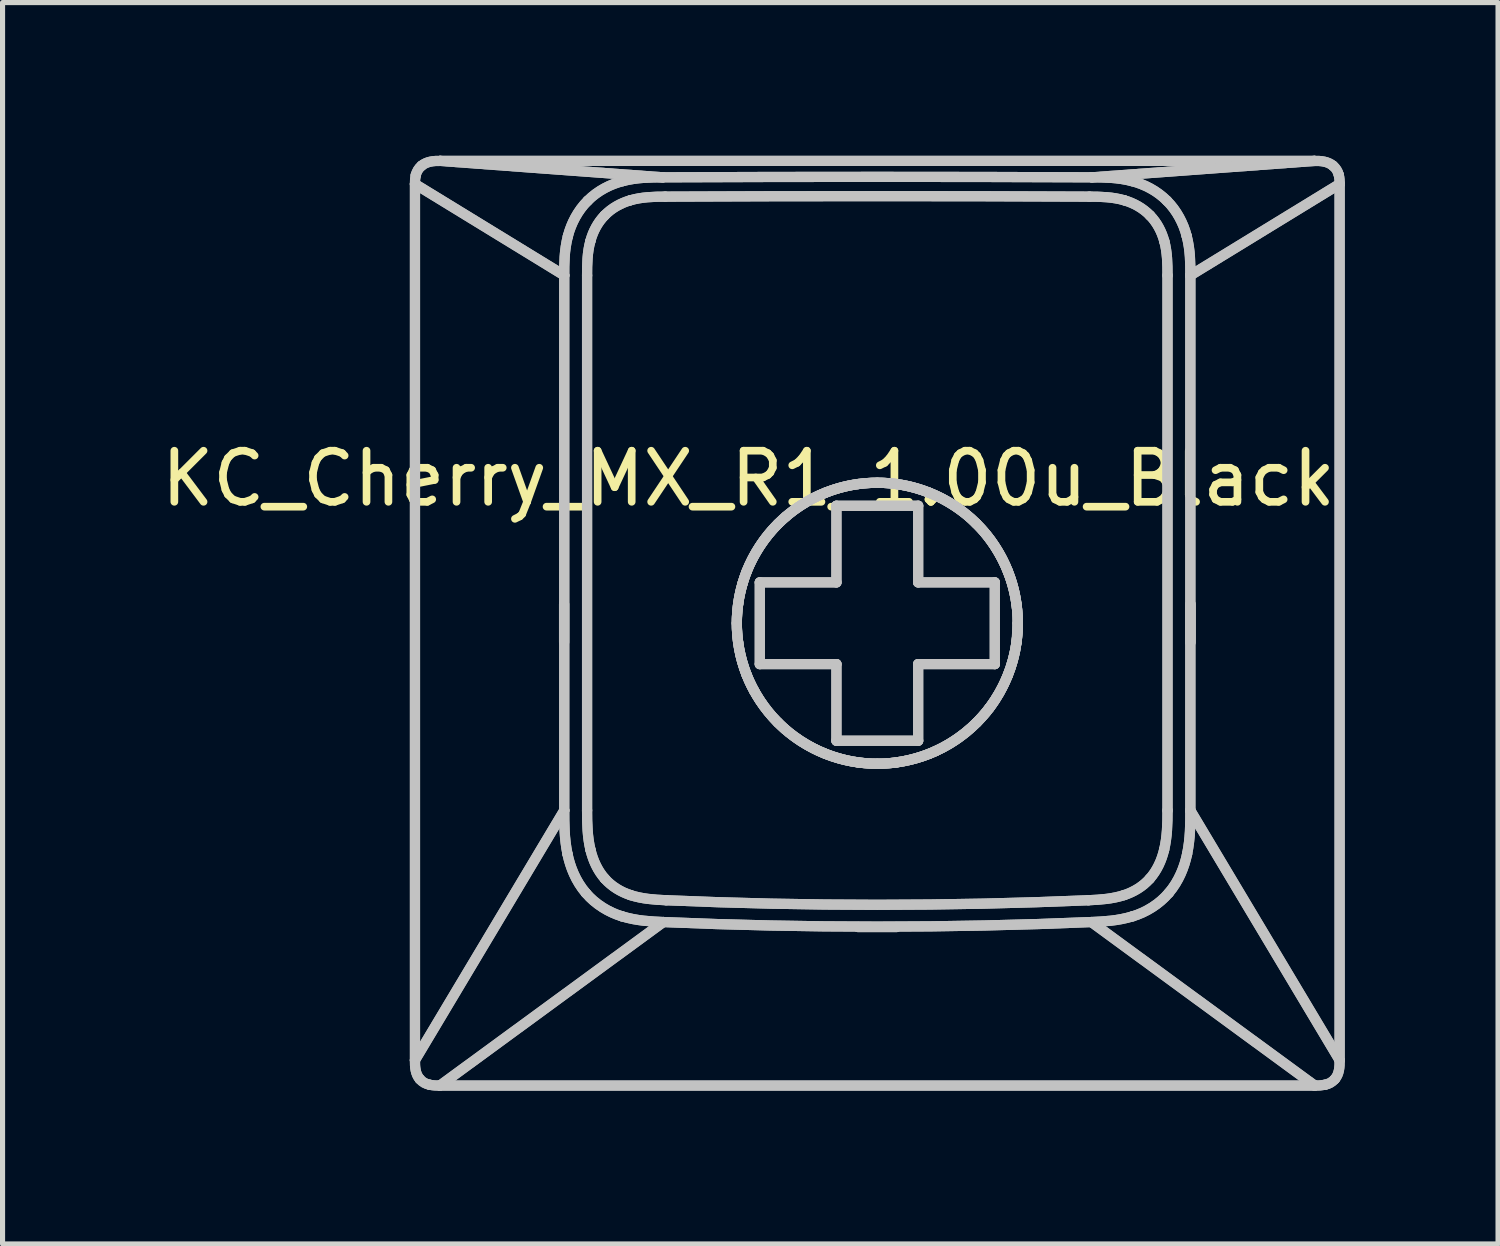
<source format=kicad_pcb>
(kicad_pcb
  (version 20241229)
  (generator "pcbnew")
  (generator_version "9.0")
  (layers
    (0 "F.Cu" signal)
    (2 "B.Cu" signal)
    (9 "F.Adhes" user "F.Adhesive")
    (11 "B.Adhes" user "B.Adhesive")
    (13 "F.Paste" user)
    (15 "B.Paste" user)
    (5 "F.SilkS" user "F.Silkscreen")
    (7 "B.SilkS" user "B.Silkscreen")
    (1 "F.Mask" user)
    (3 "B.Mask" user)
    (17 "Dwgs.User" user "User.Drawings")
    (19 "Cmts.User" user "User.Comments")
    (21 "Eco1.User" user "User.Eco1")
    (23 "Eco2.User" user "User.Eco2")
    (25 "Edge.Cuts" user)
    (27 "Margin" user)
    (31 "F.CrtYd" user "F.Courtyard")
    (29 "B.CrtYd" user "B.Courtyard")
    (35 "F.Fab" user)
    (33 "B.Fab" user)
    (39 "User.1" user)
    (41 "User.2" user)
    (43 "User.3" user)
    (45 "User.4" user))
  (footprint "KC_Cherry_MX_R1_1.00u_Black"
    (layer "F.Cu")
    (at 14.141 9.112)
    (property "Reference" "KC_Cherry_MX_R1_1.00u_Black" (at -2.54 -2.794 0) (layer "F.SilkS") (effects (font (size 1 1) (thickness 0.15))))
    (attr allow_missing_courtyard)
    (fp_line (start -9.068 -8.56) (end -6.146 -6.771) (stroke (width 0.2) (type default)) (layer "Dwgs.User"))
    (fp_line (start -9.068 -8.56) (end -6.146 -6.771) (stroke (width 0.2) (type default)) (layer "Dwgs.User"))
    (fp_line (start -9.068 8.591) (end -9.068 -8.56) (stroke (width 0.2) (type default)) (layer "Dwgs.User"))
    (fp_line (start -9.068 8.591) (end -9.068 -8.56) (stroke (width 0.2) (type default)) (layer "Dwgs.User"))
    (fp_line (start -9.068 8.591) (end -6.146 3.702) (stroke (width 0.2) (type default)) (layer "Dwgs.User"))
    (fp_line (start -9.068 8.591) (end -6.146 3.702) (stroke (width 0.2) (type default)) (layer "Dwgs.User"))
    (fp_line (start -8.58 9.088) (end -4.207 5.887) (stroke (width 0.2) (type default)) (layer "Dwgs.User"))
    (fp_line (start -8.58 9.088) (end -4.207 5.887) (stroke (width 0.2) (type default)) (layer "Dwgs.User"))
    (fp_line (start -8.575 -9.012) (end -4.216 -8.691) (stroke (width 0.2) (type default)) (layer "Dwgs.User"))
    (fp_line (start -8.575 -9.012) (end -4.216 -8.691) (stroke (width 0.2) (type default)) (layer "Dwgs.User"))
    (fp_line (start -8.575 -9.012) (end 8.539 -9.012) (stroke (width 0.2) (type default)) (layer "Dwgs.User"))
    (fp_line (start -8.575 -9.012) (end 8.539 -9.012) (stroke (width 0.2) (type default)) (layer "Dwgs.User"))
    (fp_line (start -6.149 0.412) (end -6.149 -0.338) (stroke (width 0.2) (type default)) (layer "Dwgs.User"))
    (fp_line (start -6.149 0.412) (end -6.149 -0.338) (stroke (width 0.2) (type default)) (layer "Dwgs.User"))
    (fp_line (start -6.146 -6.771) (end -6.146 3.702) (stroke (width 0.2) (type default)) (layer "Dwgs.User"))
    (fp_line (start -6.146 -6.771) (end -6.146 3.702) (stroke (width 0.2) (type default)) (layer "Dwgs.User"))
    (fp_line (start -5.699 -6.771) (end -5.699 3.702) (stroke (width 0.2) (type default)) (layer "Dwgs.User"))
    (fp_line (start -5.699 -6.771) (end -5.699 3.702) (stroke (width 0.2) (type default)) (layer "Dwgs.User"))
    (fp_line (start -2.318 -0.762) (end -0.818 -0.762) (stroke (width 0.2) (type default)) (layer "Dwgs.User"))
    (fp_line (start -2.318 -0.762) (end -0.818 -0.762) (stroke (width 0.2) (type default)) (layer "Dwgs.User"))
    (fp_line (start -2.318 0.838) (end -2.318 -0.762) (stroke (width 0.2) (type default)) (layer "Dwgs.User"))
    (fp_line (start -2.318 0.838) (end -2.318 -0.762) (stroke (width 0.2) (type default)) (layer "Dwgs.User"))
    (fp_line (start -0.818 -2.262) (end 0.782 -2.262) (stroke (width 0.2) (type default)) (layer "Dwgs.User"))
    (fp_line (start -0.818 -2.262) (end 0.782 -2.262) (stroke (width 0.2) (type default)) (layer "Dwgs.User"))
    (fp_line (start -0.818 -0.762) (end -0.818 -2.262) (stroke (width 0.2) (type default)) (layer "Dwgs.User"))
    (fp_line (start -0.818 -0.762) (end -0.818 -2.262) (stroke (width 0.2) (type default)) (layer "Dwgs.User"))
    (fp_line (start -0.818 0.838) (end -2.318 0.838) (stroke (width 0.2) (type default)) (layer "Dwgs.User"))
    (fp_line (start -0.818 0.838) (end -2.318 0.838) (stroke (width 0.2) (type default)) (layer "Dwgs.User"))
    (fp_line (start -0.818 2.338) (end -0.818 0.838) (stroke (width 0.2) (type default)) (layer "Dwgs.User"))
    (fp_line (start -0.818 2.338) (end -0.818 0.838) (stroke (width 0.2) (type default)) (layer "Dwgs.User"))
    (fp_line (start -0.393 5.985) (end 0.357 5.985) (stroke (width 0.2) (type default)) (layer "Dwgs.User"))
    (fp_line (start -0.393 5.985) (end 0.357 5.985) (stroke (width 0.2) (type default)) (layer "Dwgs.User"))
    (fp_line (start 0.782 -2.262) (end 0.782 -0.762) (stroke (width 0.2) (type default)) (layer "Dwgs.User"))
    (fp_line (start 0.782 -2.262) (end 0.782 -0.762) (stroke (width 0.2) (type default)) (layer "Dwgs.User"))
    (fp_line (start 0.782 -0.762) (end 2.282 -0.762) (stroke (width 0.2) (type default)) (layer "Dwgs.User"))
    (fp_line (start 0.782 -0.762) (end 2.282 -0.762) (stroke (width 0.2) (type default)) (layer "Dwgs.User"))
    (fp_line (start 0.782 0.838) (end 0.782 2.338) (stroke (width 0.2) (type default)) (layer "Dwgs.User"))
    (fp_line (start 0.782 0.838) (end 0.782 2.338) (stroke (width 0.2) (type default)) (layer "Dwgs.User"))
    (fp_line (start 0.782 2.338) (end -0.818 2.338) (stroke (width 0.2) (type default)) (layer "Dwgs.User"))
    (fp_line (start 0.782 2.338) (end -0.818 2.338) (stroke (width 0.2) (type default)) (layer "Dwgs.User"))
    (fp_line (start 2.282 -0.762) (end 2.282 0.838) (stroke (width 0.2) (type default)) (layer "Dwgs.User"))
    (fp_line (start 2.282 -0.762) (end 2.282 0.838) (stroke (width 0.2) (type default)) (layer "Dwgs.User"))
    (fp_line (start 2.282 0.838) (end 0.782 0.838) (stroke (width 0.2) (type default)) (layer "Dwgs.User"))
    (fp_line (start 2.282 0.838) (end 0.782 0.838) (stroke (width 0.2) (type default)) (layer "Dwgs.User"))
    (fp_line (start 2.707 0.412) (end 2.732 0.038) (stroke (width 0.2) (type default)) (layer "Dwgs.User"))
    (fp_line (start 4.181 -8.691) (end 8.539 -9.012) (stroke (width 0.2) (type default)) (layer "Dwgs.User"))
    (fp_line (start 4.181 -8.691) (end 8.539 -9.012) (stroke (width 0.2) (type default)) (layer "Dwgs.User"))
    (fp_line (start 5.663 3.702) (end 5.663 -6.771) (stroke (width 0.2) (type default)) (layer "Dwgs.User"))
    (fp_line (start 5.663 3.702) (end 5.663 -6.771) (stroke (width 0.2) (type default)) (layer "Dwgs.User"))
    (fp_line (start 6.11 -6.771) (end 9.032 -8.56) (stroke (width 0.2) (type default)) (layer "Dwgs.User"))
    (fp_line (start 6.11 -6.771) (end 9.032 -8.56) (stroke (width 0.2) (type default)) (layer "Dwgs.User"))
    (fp_line (start 6.11 3.702) (end 6.11 -6.771) (stroke (width 0.2) (type default)) (layer "Dwgs.User"))
    (fp_line (start 6.11 3.702) (end 6.11 -6.771) (stroke (width 0.2) (type default)) (layer "Dwgs.User"))
    (fp_line (start 6.113 0.412) (end 6.113 -0.338) (stroke (width 0.2) (type default)) (layer "Dwgs.User"))
    (fp_line (start 6.113 0.412) (end 6.113 -0.338) (stroke (width 0.2) (type default)) (layer "Dwgs.User"))
    (fp_line (start 8.544 9.088) (end -8.58 9.088) (stroke (width 0.2) (type default)) (layer "Dwgs.User"))
    (fp_line (start 8.544 9.088) (end -8.58 9.088) (stroke (width 0.2) (type default)) (layer "Dwgs.User"))
    (fp_line (start 8.544 9.088) (end 4.172 5.887) (stroke (width 0.2) (type default)) (layer "Dwgs.User"))
    (fp_line (start 8.544 9.088) (end 4.172 5.887) (stroke (width 0.2) (type default)) (layer "Dwgs.User"))
    (fp_line (start 9.032 -8.56) (end 9.032 8.591) (stroke (width 0.2) (type default)) (layer "Dwgs.User"))
    (fp_line (start 9.032 -8.56) (end 9.032 8.591) (stroke (width 0.2) (type default)) (layer "Dwgs.User"))
    (fp_line (start 9.032 8.591) (end 6.11 3.702) (stroke (width 0.2) (type default)) (layer "Dwgs.User"))
    (fp_line (start 9.032 8.591) (end 6.11 3.702) (stroke (width 0.2) (type default)) (layer "Dwgs.User"))
    (fp_curve (pts (xy -9.068 -8.56) (xy -9.07 -8.619) (xy -9.065 -8.678) (xy -9.052 -8.736)) (stroke (width 0.2) (type default)) (layer "Dwgs.User"))
    (fp_curve (pts (xy -9.068 -8.56) (xy -9.07 -8.619) (xy -9.065 -8.678) (xy -9.052 -8.736)) (stroke (width 0.2) (type default)) (layer "Dwgs.User"))
    (fp_curve (pts (xy -9.052 -8.736) (xy -9.033 -8.809) (xy -8.995 -8.87) (xy -8.938 -8.918)) (stroke (width 0.2) (type default)) (layer "Dwgs.User"))
    (fp_curve (pts (xy -9.052 -8.736) (xy -9.033 -8.809) (xy -8.995 -8.87) (xy -8.938 -8.918)) (stroke (width 0.2) (type default)) (layer "Dwgs.User"))
    (fp_curve (pts (xy -8.974 8.961) (xy -9.062 8.86) (xy -9.07 8.719) (xy -9.068 8.591)) (stroke (width 0.2) (type default)) (layer "Dwgs.User"))
    (fp_curve (pts (xy -8.974 8.961) (xy -9.062 8.86) (xy -9.07 8.719) (xy -9.068 8.591)) (stroke (width 0.2) (type default)) (layer "Dwgs.User"))
    (fp_curve (pts (xy -8.938 -8.918) (xy -8.837 -9.002) (xy -8.701 -9.015) (xy -8.575 -9.012)) (stroke (width 0.2) (type default)) (layer "Dwgs.User"))
    (fp_curve (pts (xy -8.938 -8.918) (xy -8.837 -9.002) (xy -8.701 -9.015) (xy -8.575 -9.012)) (stroke (width 0.2) (type default)) (layer "Dwgs.User"))
    (fp_curve (pts (xy -8.78 9.072) (xy -8.857 9.057) (xy -8.922 9.02) (xy -8.974 8.961)) (stroke (width 0.2) (type default)) (layer "Dwgs.User"))
    (fp_curve (pts (xy -8.78 9.072) (xy -8.857 9.057) (xy -8.922 9.02) (xy -8.974 8.961)) (stroke (width 0.2) (type default)) (layer "Dwgs.User"))
    (fp_curve (pts (xy -8.58 9.088) (xy -8.647 9.09) (xy -8.714 9.085) (xy -8.78 9.072)) (stroke (width 0.2) (type default)) (layer "Dwgs.User"))
    (fp_curve (pts (xy -8.58 9.088) (xy -8.647 9.09) (xy -8.714 9.085) (xy -8.78 9.072)) (stroke (width 0.2) (type default)) (layer "Dwgs.User"))
    (fp_curve (pts (xy -6.146 -6.771) (xy -6.146 -6.995) (xy -6.148 -7.259) (xy -6.074 -7.542)) (stroke (width 0.2) (type default)) (layer "Dwgs.User"))
    (fp_curve (pts (xy -6.146 -6.771) (xy -6.146 -6.995) (xy -6.148 -7.259) (xy -6.074 -7.542)) (stroke (width 0.2) (type default)) (layer "Dwgs.User"))
    (fp_curve (pts (xy -6.082 4.557) (xy -6.147 4.248) (xy -6.145 3.961) (xy -6.146 3.702)) (stroke (width 0.2) (type default)) (layer "Dwgs.User"))
    (fp_curve (pts (xy -6.082 4.557) (xy -6.147 4.248) (xy -6.145 3.961) (xy -6.146 3.702)) (stroke (width 0.2) (type default)) (layer "Dwgs.User"))
    (fp_curve (pts (xy -6.074 -7.542) (xy -6.011 -7.787) (xy -5.881 -8.04) (xy -5.687 -8.232)) (stroke (width 0.2) (type default)) (layer "Dwgs.User"))
    (fp_curve (pts (xy -6.074 -7.542) (xy -6.011 -7.787) (xy -5.881 -8.04) (xy -5.687 -8.232)) (stroke (width 0.2) (type default)) (layer "Dwgs.User"))
    (fp_curve (pts (xy -5.724 5.317) (xy -5.923 5.084) (xy -6.029 4.809) (xy -6.082 4.557)) (stroke (width 0.2) (type default)) (layer "Dwgs.User"))
    (fp_curve (pts (xy -5.724 5.317) (xy -5.923 5.084) (xy -6.029 4.809) (xy -6.082 4.557)) (stroke (width 0.2) (type default)) (layer "Dwgs.User"))
    (fp_curve (pts (xy -5.699 -6.771) (xy -5.699 -6.995) (xy -5.695 -7.223) (xy -5.635 -7.44)) (stroke (width 0.2) (type default)) (layer "Dwgs.User"))
    (fp_curve (pts (xy -5.699 -6.771) (xy -5.699 -6.995) (xy -5.695 -7.223) (xy -5.635 -7.44)) (stroke (width 0.2) (type default)) (layer "Dwgs.User"))
    (fp_curve (pts (xy -5.687 -8.232) (xy -5.491 -8.43) (xy -5.24 -8.556) (xy -4.999 -8.617)) (stroke (width 0.2) (type default)) (layer "Dwgs.User"))
    (fp_curve (pts (xy -5.687 -8.232) (xy -5.491 -8.43) (xy -5.24 -8.556) (xy -4.999 -8.617)) (stroke (width 0.2) (type default)) (layer "Dwgs.User"))
    (fp_curve (pts (xy -5.635 -7.44) (xy -5.585 -7.629) (xy -5.491 -7.807) (xy -5.356 -7.945)) (stroke (width 0.2) (type default)) (layer "Dwgs.User"))
    (fp_curve (pts (xy -5.635 -7.44) (xy -5.585 -7.629) (xy -5.491 -7.807) (xy -5.356 -7.945)) (stroke (width 0.2) (type default)) (layer "Dwgs.User"))
    (fp_curve (pts (xy -5.632 4.475) (xy -5.693 4.223) (xy -5.699 3.961) (xy -5.699 3.702)) (stroke (width 0.2) (type default)) (layer "Dwgs.User"))
    (fp_curve (pts (xy -5.632 4.475) (xy -5.693 4.223) (xy -5.699 3.961) (xy -5.699 3.702)) (stroke (width 0.2) (type default)) (layer "Dwgs.User"))
    (fp_curve (pts (xy -5.356 -7.945) (xy -5.218 -8.088) (xy -5.041 -8.186) (xy -4.853 -8.241)) (stroke (width 0.2) (type default)) (layer "Dwgs.User"))
    (fp_curve (pts (xy -5.356 -7.945) (xy -5.218 -8.088) (xy -5.041 -8.186) (xy -4.853 -8.241)) (stroke (width 0.2) (type default)) (layer "Dwgs.User"))
    (fp_curve (pts (xy -5.351 5.039) (xy -5.492 4.881) (xy -5.582 4.682) (xy -5.632 4.475)) (stroke (width 0.2) (type default)) (layer "Dwgs.User"))
    (fp_curve (pts (xy -5.351 5.039) (xy -5.492 4.881) (xy -5.582 4.682) (xy -5.632 4.475)) (stroke (width 0.2) (type default)) (layer "Dwgs.User"))
    (fp_curve (pts (xy -5.019 5.774) (xy -5.269 5.699) (xy -5.535 5.541) (xy -5.724 5.317)) (stroke (width 0.2) (type default)) (layer "Dwgs.User"))
    (fp_curve (pts (xy -5.019 5.774) (xy -5.269 5.699) (xy -5.535 5.541) (xy -5.724 5.317)) (stroke (width 0.2) (type default)) (layer "Dwgs.User"))
    (fp_curve (pts (xy -4.999 -8.617) (xy -4.715 -8.691) (xy -4.448 -8.689) (xy -4.216 -8.691)) (stroke (width 0.2) (type default)) (layer "Dwgs.User"))
    (fp_curve (pts (xy -4.999 -8.617) (xy -4.715 -8.691) (xy -4.448 -8.689) (xy -4.216 -8.691)) (stroke (width 0.2) (type default)) (layer "Dwgs.User"))
    (fp_curve (pts (xy -4.853 -8.241) (xy -4.632 -8.305) (xy -4.399 -8.313) (xy -4.169 -8.313)) (stroke (width 0.2) (type default)) (layer "Dwgs.User"))
    (fp_curve (pts (xy -4.853 -8.241) (xy -4.632 -8.305) (xy -4.399 -8.313) (xy -4.169 -8.313)) (stroke (width 0.2) (type default)) (layer "Dwgs.User"))
    (fp_curve (pts (xy -4.851 5.359) (xy -5.04 5.297) (xy -5.217 5.19) (xy -5.351 5.039)) (stroke (width 0.2) (type default)) (layer "Dwgs.User"))
    (fp_curve (pts (xy -4.851 5.359) (xy -5.04 5.297) (xy -5.217 5.19) (xy -5.351 5.039)) (stroke (width 0.2) (type default)) (layer "Dwgs.User"))
    (fp_curve (pts (xy -4.207 5.887) (xy -4.446 5.875) (xy -4.72 5.866) (xy -5.019 5.774)) (stroke (width 0.2) (type default)) (layer "Dwgs.User"))
    (fp_curve (pts (xy -4.207 5.887) (xy -4.446 5.875) (xy -4.72 5.866) (xy -5.019 5.774)) (stroke (width 0.2) (type default)) (layer "Dwgs.User"))
    (fp_curve (pts (xy -4.207 5.887) (xy -1.43 6.007) (xy 1.395 6.007) (xy 4.172 5.887)) (stroke (width 0.2) (type default)) (layer "Dwgs.User"))
    (fp_curve (pts (xy -4.207 5.887) (xy -1.43 6.007) (xy 1.395 6.007) (xy 4.172 5.887)) (stroke (width 0.2) (type default)) (layer "Dwgs.User"))
    (fp_curve (pts (xy -4.151 5.46) (xy -4.387 5.45) (xy -4.626 5.433) (xy -4.851 5.359)) (stroke (width 0.2) (type default)) (layer "Dwgs.User"))
    (fp_curve (pts (xy -4.151 5.46) (xy -4.387 5.45) (xy -4.626 5.433) (xy -4.851 5.359)) (stroke (width 0.2) (type default)) (layer "Dwgs.User"))
    (fp_curve (pts (xy -4.151 5.46) (xy -1.411 5.579) (xy 1.376 5.579) (xy 4.116 5.46)) (stroke (width 0.2) (type default)) (layer "Dwgs.User"))
    (fp_curve (pts (xy -4.151 5.46) (xy -1.411 5.579) (xy 1.376 5.579) (xy 4.116 5.46)) (stroke (width 0.2) (type default)) (layer "Dwgs.User"))
    (fp_curve (pts (xy -2.768 0.038) (xy -2.768 0.361) (xy -2.709 0.711) (xy -2.575 1.05)) (stroke (width 0.2) (type default)) (layer "Dwgs.User"))
    (fp_curve (pts (xy -2.768 0.038) (xy -2.768 0.361) (xy -2.709 0.711) (xy -2.575 1.05)) (stroke (width 0.2) (type default)) (layer "Dwgs.User"))
    (fp_curve (pts (xy -2.742 -0.338) (xy -2.776 -0.088) (xy -2.776 0.162) (xy -2.742 0.412)) (stroke (width 0.2) (type default)) (layer "Dwgs.User"))
    (fp_curve (pts (xy -2.742 -0.338) (xy -2.776 -0.088) (xy -2.776 0.162) (xy -2.742 0.412)) (stroke (width 0.2) (type default)) (layer "Dwgs.User"))
    (fp_curve (pts (xy -2.742 -0.338) (xy -2.722 -0.48) (xy -2.693 -0.617) (xy -2.653 -0.749)) (stroke (width 0.2) (type default)) (layer "Dwgs.User"))
    (fp_curve (pts (xy -2.742 -0.338) (xy -2.722 -0.48) (xy -2.693 -0.617) (xy -2.653 -0.749)) (stroke (width 0.2) (type default)) (layer "Dwgs.User"))
    (fp_curve (pts (xy -2.653 -0.749) (xy -2.514 -1.224) (xy -2.22 -1.7) (xy -1.808 -2.05)) (stroke (width 0.2) (type default)) (layer "Dwgs.User"))
    (fp_curve (pts (xy -2.653 -0.749) (xy -2.514 -1.224) (xy -2.22 -1.7) (xy -1.808 -2.05)) (stroke (width 0.2) (type default)) (layer "Dwgs.User"))
    (fp_curve (pts (xy -2.575 -0.975) (xy -2.709 -0.636) (xy -2.768 -0.286) (xy -2.768 0.038)) (stroke (width 0.2) (type default)) (layer "Dwgs.User"))
    (fp_curve (pts (xy -2.575 -0.975) (xy -2.709 -0.636) (xy -2.768 -0.286) (xy -2.768 0.038)) (stroke (width 0.2) (type default)) (layer "Dwgs.User"))
    (fp_curve (pts (xy -2.575 1.05) (xy -2.441 1.389) (xy -2.231 1.714) (xy -1.962 1.982)) (stroke (width 0.2) (type default)) (layer "Dwgs.User"))
    (fp_curve (pts (xy -2.575 1.05) (xy -2.441 1.389) (xy -2.231 1.714) (xy -1.962 1.982)) (stroke (width 0.2) (type default)) (layer "Dwgs.User"))
    (fp_curve (pts (xy -2.428 1.362) (xy -2.589 1.071) (xy -2.697 0.744) (xy -2.742 0.412)) (stroke (width 0.2) (type default)) (layer "Dwgs.User"))
    (fp_curve (pts (xy -2.428 1.362) (xy -2.589 1.071) (xy -2.697 0.744) (xy -2.742 0.412)) (stroke (width 0.2) (type default)) (layer "Dwgs.User"))
    (fp_curve (pts (xy -1.962 -1.907) (xy -2.231 -1.639) (xy -2.441 -1.313) (xy -2.575 -0.975)) (stroke (width 0.2) (type default)) (layer "Dwgs.User"))
    (fp_curve (pts (xy -1.962 -1.907) (xy -2.231 -1.639) (xy -2.441 -1.313) (xy -2.575 -0.975)) (stroke (width 0.2) (type default)) (layer "Dwgs.User"))
    (fp_curve (pts (xy -1.962 1.982) (xy -1.694 2.251) (xy -1.369 2.461) (xy -1.03 2.595)) (stroke (width 0.2) (type default)) (layer "Dwgs.User"))
    (fp_curve (pts (xy -1.962 1.982) (xy -1.694 2.251) (xy -1.369 2.461) (xy -1.03 2.595)) (stroke (width 0.2) (type default)) (layer "Dwgs.User"))
    (fp_curve (pts (xy -1.825 2.111) (xy -2.058 1.908) (xy -2.268 1.653) (xy -2.428 1.362)) (stroke (width 0.2) (type default)) (layer "Dwgs.User"))
    (fp_curve (pts (xy -1.825 2.111) (xy -2.058 1.908) (xy -2.268 1.653) (xy -2.428 1.362)) (stroke (width 0.2) (type default)) (layer "Dwgs.User"))
    (fp_curve (pts (xy -1.808 -2.05) (xy -1.399 -2.404) (xy -0.884 -2.622) (xy -0.393 -2.687)) (stroke (width 0.2) (type default)) (layer "Dwgs.User"))
    (fp_curve (pts (xy -1.808 -2.05) (xy -1.399 -2.404) (xy -0.884 -2.622) (xy -0.393 -2.687)) (stroke (width 0.2) (type default)) (layer "Dwgs.User"))
    (fp_curve (pts (xy -1.03 -2.519) (xy -1.369 -2.386) (xy -1.694 -2.176) (xy -1.962 -1.907)) (stroke (width 0.2) (type default)) (layer "Dwgs.User"))
    (fp_curve (pts (xy -1.03 -2.519) (xy -1.369 -2.386) (xy -1.694 -2.176) (xy -1.962 -1.907)) (stroke (width 0.2) (type default)) (layer "Dwgs.User"))
    (fp_curve (pts (xy -1.03 2.595) (xy -0.691 2.729) (xy -0.342 2.788) (xy -0.018 2.788)) (stroke (width 0.2) (type default)) (layer "Dwgs.User"))
    (fp_curve (pts (xy -1.03 2.595) (xy -0.691 2.729) (xy -0.342 2.788) (xy -0.018 2.788)) (stroke (width 0.2) (type default)) (layer "Dwgs.User"))
    (fp_curve (pts (xy -0.393 2.762) (xy -0.936 2.69) (xy -1.448 2.443) (xy -1.825 2.111)) (stroke (width 0.2) (type default)) (layer "Dwgs.User"))
    (fp_curve (pts (xy -0.393 2.762) (xy -0.936 2.69) (xy -1.448 2.443) (xy -1.825 2.111)) (stroke (width 0.2) (type default)) (layer "Dwgs.User"))
    (fp_curve (pts (xy -0.018 -2.712) (xy -0.342 -2.713) (xy -0.691 -2.654) (xy -1.03 -2.519)) (stroke (width 0.2) (type default)) (layer "Dwgs.User"))
    (fp_curve (pts (xy -0.018 -2.712) (xy -0.342 -2.713) (xy -0.691 -2.654) (xy -1.03 -2.519)) (stroke (width 0.2) (type default)) (layer "Dwgs.User"))
    (fp_curve (pts (xy -0.018 2.788) (xy 0.306 2.788) (xy 0.656 2.729) (xy 0.994 2.595)) (stroke (width 0.2) (type default)) (layer "Dwgs.User"))
    (fp_curve (pts (xy -0.018 2.788) (xy 0.306 2.788) (xy 0.656 2.729) (xy 0.994 2.595)) (stroke (width 0.2) (type default)) (layer "Dwgs.User"))
    (fp_curve (pts (xy 0.357 -2.687) (xy 0.107 -2.721) (xy -0.143 -2.721) (xy -0.393 -2.687)) (stroke (width 0.2) (type default)) (layer "Dwgs.User"))
    (fp_curve (pts (xy 0.357 -2.687) (xy 0.107 -2.721) (xy -0.143 -2.721) (xy -0.393 -2.687)) (stroke (width 0.2) (type default)) (layer "Dwgs.User"))
    (fp_curve (pts (xy 0.357 -2.687) (xy 0.892 -2.617) (xy 1.472 -2.359) (xy 1.911 -1.922)) (stroke (width 0.2) (type default)) (layer "Dwgs.User"))
    (fp_curve (pts (xy 0.357 -2.687) (xy 0.892 -2.617) (xy 1.472 -2.359) (xy 1.911 -1.922)) (stroke (width 0.2) (type default)) (layer "Dwgs.User"))
    (fp_curve (pts (xy 0.357 2.762) (xy 0.107 2.796) (xy -0.143 2.796) (xy -0.393 2.762)) (stroke (width 0.2) (type default)) (layer "Dwgs.User"))
    (fp_curve (pts (xy 0.357 2.762) (xy 0.107 2.796) (xy -0.143 2.796) (xy -0.393 2.762)) (stroke (width 0.2) (type default)) (layer "Dwgs.User"))
    (fp_curve (pts (xy 0.994 -2.519) (xy 0.656 -2.654) (xy 0.306 -2.713) (xy -0.018 -2.712)) (stroke (width 0.2) (type default)) (layer "Dwgs.User"))
    (fp_curve (pts (xy 0.994 -2.519) (xy 0.656 -2.654) (xy 0.306 -2.713) (xy -0.018 -2.712)) (stroke (width 0.2) (type default)) (layer "Dwgs.User"))
    (fp_curve (pts (xy 0.994 2.595) (xy 1.333 2.461) (xy 1.658 2.251) (xy 1.927 1.982)) (stroke (width 0.2) (type default)) (layer "Dwgs.User"))
    (fp_curve (pts (xy 0.994 2.595) (xy 1.333 2.461) (xy 1.658 2.251) (xy 1.927 1.982)) (stroke (width 0.2) (type default)) (layer "Dwgs.User"))
    (fp_curve (pts (xy 1.121 2.541) (xy 0.885 2.649) (xy 0.63 2.723) (xy 0.357 2.762)) (stroke (width 0.2) (type default)) (layer "Dwgs.User"))
    (fp_curve (pts (xy 1.121 2.541) (xy 0.885 2.649) (xy 0.63 2.723) (xy 0.357 2.762)) (stroke (width 0.2) (type default)) (layer "Dwgs.User"))
    (fp_curve (pts (xy 1.911 -1.922) (xy 2.355 -1.491) (xy 2.634 -0.899) (xy 2.706 -0.338)) (stroke (width 0.2) (type default)) (layer "Dwgs.User"))
    (fp_curve (pts (xy 1.911 -1.922) (xy 2.355 -1.491) (xy 2.634 -0.899) (xy 2.706 -0.338)) (stroke (width 0.2) (type default)) (layer "Dwgs.User"))
    (fp_curve (pts (xy 1.927 -1.907) (xy 1.658 -2.176) (xy 1.333 -2.386) (xy 0.994 -2.519)) (stroke (width 0.2) (type default)) (layer "Dwgs.User"))
    (fp_curve (pts (xy 1.927 -1.907) (xy 1.658 -2.176) (xy 1.333 -2.386) (xy 0.994 -2.519)) (stroke (width 0.2) (type default)) (layer "Dwgs.User"))
    (fp_curve (pts (xy 1.927 1.982) (xy 2.196 1.714) (xy 2.406 1.389) (xy 2.539 1.05)) (stroke (width 0.2) (type default)) (layer "Dwgs.User"))
    (fp_curve (pts (xy 1.927 1.982) (xy 2.196 1.714) (xy 2.406 1.389) (xy 2.539 1.05)) (stroke (width 0.2) (type default)) (layer "Dwgs.User"))
    (fp_curve (pts (xy 2.18 1.691) (xy 1.897 2.069) (xy 1.517 2.363) (xy 1.121 2.541)) (stroke (width 0.2) (type default)) (layer "Dwgs.User"))
    (fp_curve (pts (xy 2.18 1.691) (xy 1.897 2.069) (xy 1.517 2.363) (xy 1.121 2.541)) (stroke (width 0.2) (type default)) (layer "Dwgs.User"))
    (fp_curve (pts (xy 2.539 -0.975) (xy 2.406 -1.313) (xy 2.196 -1.639) (xy 1.927 -1.907)) (stroke (width 0.2) (type default)) (layer "Dwgs.User"))
    (fp_curve (pts (xy 2.539 -0.975) (xy 2.406 -1.313) (xy 2.196 -1.639) (xy 1.927 -1.907)) (stroke (width 0.2) (type default)) (layer "Dwgs.User"))
    (fp_curve (pts (xy 2.539 1.05) (xy 2.674 0.711) (xy 2.733 0.361) (xy 2.732 0.038)) (stroke (width 0.2) (type default)) (layer "Dwgs.User"))
    (fp_curve (pts (xy 2.539 1.05) (xy 2.674 0.711) (xy 2.733 0.361) (xy 2.732 0.038)) (stroke (width 0.2) (type default)) (layer "Dwgs.User"))
    (fp_curve (pts (xy 2.706 -0.338) (xy 2.724 -0.213) (xy 2.732 -0.088) (xy 2.732 0.038)) (stroke (width 0.2) (type default)) (layer "Dwgs.User"))
    (fp_curve (pts (xy 2.706 -0.338) (xy 2.724 -0.213) (xy 2.732 -0.088) (xy 2.732 0.038)) (stroke (width 0.2) (type default)) (layer "Dwgs.User"))
    (fp_curve (pts (xy 2.707 0.412) (xy 2.647 0.858) (xy 2.465 1.314) (xy 2.18 1.691)) (stroke (width 0.2) (type default)) (layer "Dwgs.User"))
    (fp_curve (pts (xy 2.707 0.412) (xy 2.647 0.858) (xy 2.465 1.314) (xy 2.18 1.691)) (stroke (width 0.2) (type default)) (layer "Dwgs.User"))
    (fp_curve (pts (xy 2.732 0.038) (xy 2.733 -0.286) (xy 2.674 -0.636) (xy 2.539 -0.975)) (stroke (width 0.2) (type default)) (layer "Dwgs.User"))
    (fp_curve (pts (xy 2.732 0.038) (xy 2.733 -0.286) (xy 2.674 -0.636) (xy 2.539 -0.975)) (stroke (width 0.2) (type default)) (layer "Dwgs.User"))
    (fp_curve (pts (xy 2.732 0.038) (xy 2.732 0.163) (xy 2.724 0.288) (xy 2.707 0.412)) (stroke (width 0.2) (type default)) (layer "Dwgs.User"))
    (fp_curve (pts (xy 2.732 0.038) (xy 2.732 0.163) (xy 2.724 0.288) (xy 2.707 0.412)) (stroke (width 0.2) (type default)) (layer "Dwgs.User"))
    (fp_curve (pts (xy 4.134 -8.313) (xy 1.38 -8.326) (xy -1.416 -8.326) (xy -4.169 -8.313)) (stroke (width 0.2) (type default)) (layer "Dwgs.User"))
    (fp_curve (pts (xy 4.134 -8.313) (xy 1.38 -8.326) (xy -1.416 -8.326) (xy -4.169 -8.313)) (stroke (width 0.2) (type default)) (layer "Dwgs.User"))
    (fp_curve (pts (xy 4.134 -8.313) (xy 4.363 -8.313) (xy 4.596 -8.305) (xy 4.817 -8.241)) (stroke (width 0.2) (type default)) (layer "Dwgs.User"))
    (fp_curve (pts (xy 4.134 -8.313) (xy 4.363 -8.313) (xy 4.596 -8.305) (xy 4.817 -8.241)) (stroke (width 0.2) (type default)) (layer "Dwgs.User"))
    (fp_curve (pts (xy 4.181 -8.691) (xy 1.396 -8.703) (xy -1.432 -8.703) (xy -4.216 -8.691)) (stroke (width 0.2) (type default)) (layer "Dwgs.User"))
    (fp_curve (pts (xy 4.181 -8.691) (xy 1.396 -8.703) (xy -1.432 -8.703) (xy -4.216 -8.691)) (stroke (width 0.2) (type default)) (layer "Dwgs.User"))
    (fp_curve (pts (xy 4.181 -8.691) (xy 4.413 -8.689) (xy 4.68 -8.691) (xy 4.964 -8.617)) (stroke (width 0.2) (type default)) (layer "Dwgs.User"))
    (fp_curve (pts (xy 4.181 -8.691) (xy 4.413 -8.689) (xy 4.68 -8.691) (xy 4.964 -8.617)) (stroke (width 0.2) (type default)) (layer "Dwgs.User"))
    (fp_curve (pts (xy 4.815 5.359) (xy 4.59 5.433) (xy 4.352 5.45) (xy 4.116 5.46)) (stroke (width 0.2) (type default)) (layer "Dwgs.User"))
    (fp_curve (pts (xy 4.815 5.359) (xy 4.59 5.433) (xy 4.352 5.45) (xy 4.116 5.46)) (stroke (width 0.2) (type default)) (layer "Dwgs.User"))
    (fp_curve (pts (xy 4.817 -8.241) (xy 5.005 -8.186) (xy 5.182 -8.088) (xy 5.32 -7.945)) (stroke (width 0.2) (type default)) (layer "Dwgs.User"))
    (fp_curve (pts (xy 4.817 -8.241) (xy 5.005 -8.186) (xy 5.182 -8.088) (xy 5.32 -7.945)) (stroke (width 0.2) (type default)) (layer "Dwgs.User"))
    (fp_curve (pts (xy 4.964 -8.617) (xy 5.205 -8.556) (xy 5.455 -8.43) (xy 5.652 -8.232)) (stroke (width 0.2) (type default)) (layer "Dwgs.User"))
    (fp_curve (pts (xy 4.964 -8.617) (xy 5.205 -8.556) (xy 5.455 -8.43) (xy 5.652 -8.232)) (stroke (width 0.2) (type default)) (layer "Dwgs.User"))
    (fp_curve (pts (xy 4.983 5.774) (xy 4.685 5.866) (xy 4.411 5.875) (xy 4.172 5.887)) (stroke (width 0.2) (type default)) (layer "Dwgs.User"))
    (fp_curve (pts (xy 4.983 5.774) (xy 4.685 5.866) (xy 4.411 5.875) (xy 4.172 5.887)) (stroke (width 0.2) (type default)) (layer "Dwgs.User"))
    (fp_curve (pts (xy 5.315 5.039) (xy 5.182 5.19) (xy 5.005 5.297) (xy 4.815 5.359)) (stroke (width 0.2) (type default)) (layer "Dwgs.User"))
    (fp_curve (pts (xy 5.315 5.039) (xy 5.182 5.19) (xy 5.005 5.297) (xy 4.815 5.359)) (stroke (width 0.2) (type default)) (layer "Dwgs.User"))
    (fp_curve (pts (xy 5.32 -7.945) (xy 5.456 -7.807) (xy 5.549 -7.629) (xy 5.6 -7.44)) (stroke (width 0.2) (type default)) (layer "Dwgs.User"))
    (fp_curve (pts (xy 5.32 -7.945) (xy 5.456 -7.807) (xy 5.549 -7.629) (xy 5.6 -7.44)) (stroke (width 0.2) (type default)) (layer "Dwgs.User"))
    (fp_curve (pts (xy 5.596 4.475) (xy 5.547 4.682) (xy 5.456 4.881) (xy 5.315 5.039)) (stroke (width 0.2) (type default)) (layer "Dwgs.User"))
    (fp_curve (pts (xy 5.596 4.475) (xy 5.547 4.682) (xy 5.456 4.881) (xy 5.315 5.039)) (stroke (width 0.2) (type default)) (layer "Dwgs.User"))
    (fp_curve (pts (xy 5.6 -7.44) (xy 5.659 -7.223) (xy 5.663 -6.995) (xy 5.663 -6.771)) (stroke (width 0.2) (type default)) (layer "Dwgs.User"))
    (fp_curve (pts (xy 5.6 -7.44) (xy 5.659 -7.223) (xy 5.663 -6.995) (xy 5.663 -6.771)) (stroke (width 0.2) (type default)) (layer "Dwgs.User"))
    (fp_curve (pts (xy 5.652 -8.232) (xy 5.845 -8.04) (xy 5.976 -7.787) (xy 6.038 -7.542)) (stroke (width 0.2) (type default)) (layer "Dwgs.User"))
    (fp_curve (pts (xy 5.652 -8.232) (xy 5.845 -8.04) (xy 5.976 -7.787) (xy 6.038 -7.542)) (stroke (width 0.2) (type default)) (layer "Dwgs.User"))
    (fp_curve (pts (xy 5.663 3.702) (xy 5.663 3.961) (xy 5.657 4.223) (xy 5.596 4.475)) (stroke (width 0.2) (type default)) (layer "Dwgs.User"))
    (fp_curve (pts (xy 5.663 3.702) (xy 5.663 3.961) (xy 5.657 4.223) (xy 5.596 4.475)) (stroke (width 0.2) (type default)) (layer "Dwgs.User"))
    (fp_curve (pts (xy 5.688 5.317) (xy 5.499 5.541) (xy 5.234 5.699) (xy 4.983 5.774)) (stroke (width 0.2) (type default)) (layer "Dwgs.User"))
    (fp_curve (pts (xy 5.688 5.317) (xy 5.499 5.541) (xy 5.234 5.699) (xy 4.983 5.774)) (stroke (width 0.2) (type default)) (layer "Dwgs.User"))
    (fp_curve (pts (xy 6.038 -7.542) (xy 6.112 -7.259) (xy 6.11 -6.995) (xy 6.11 -6.771)) (stroke (width 0.2) (type default)) (layer "Dwgs.User"))
    (fp_curve (pts (xy 6.038 -7.542) (xy 6.112 -7.259) (xy 6.11 -6.995) (xy 6.11 -6.771)) (stroke (width 0.2) (type default)) (layer "Dwgs.User"))
    (fp_curve (pts (xy 6.046 4.557) (xy 5.993 4.809) (xy 5.887 5.084) (xy 5.688 5.317)) (stroke (width 0.2) (type default)) (layer "Dwgs.User"))
    (fp_curve (pts (xy 6.046 4.557) (xy 5.993 4.809) (xy 5.887 5.084) (xy 5.688 5.317)) (stroke (width 0.2) (type default)) (layer "Dwgs.User"))
    (fp_curve (pts (xy 6.11 3.702) (xy 6.11 3.961) (xy 6.111 4.248) (xy 6.046 4.557)) (stroke (width 0.2) (type default)) (layer "Dwgs.User"))
    (fp_curve (pts (xy 6.11 3.702) (xy 6.11 3.961) (xy 6.111 4.248) (xy 6.046 4.557)) (stroke (width 0.2) (type default)) (layer "Dwgs.User"))
    (fp_curve (pts (xy 8.539 -9.012) (xy 8.665 -9.015) (xy 8.802 -9.002) (xy 8.902 -8.918)) (stroke (width 0.2) (type default)) (layer "Dwgs.User"))
    (fp_curve (pts (xy 8.539 -9.012) (xy 8.665 -9.015) (xy 8.802 -9.002) (xy 8.902 -8.918)) (stroke (width 0.2) (type default)) (layer "Dwgs.User"))
    (fp_curve (pts (xy 8.745 9.072) (xy 8.678 9.085) (xy 8.612 9.09) (xy 8.544 9.088)) (stroke (width 0.2) (type default)) (layer "Dwgs.User"))
    (fp_curve (pts (xy 8.745 9.072) (xy 8.678 9.085) (xy 8.612 9.09) (xy 8.544 9.088)) (stroke (width 0.2) (type default)) (layer "Dwgs.User"))
    (fp_curve (pts (xy 8.902 -8.918) (xy 8.96 -8.87) (xy 8.998 -8.809) (xy 9.016 -8.736)) (stroke (width 0.2) (type default)) (layer "Dwgs.User"))
    (fp_curve (pts (xy 8.902 -8.918) (xy 8.96 -8.87) (xy 8.998 -8.809) (xy 9.016 -8.736)) (stroke (width 0.2) (type default)) (layer "Dwgs.User"))
    (fp_curve (pts (xy 8.939 8.961) (xy 8.886 9.02) (xy 8.822 9.057) (xy 8.745 9.072)) (stroke (width 0.2) (type default)) (layer "Dwgs.User"))
    (fp_curve (pts (xy 8.939 8.961) (xy 8.886 9.02) (xy 8.822 9.057) (xy 8.745 9.072)) (stroke (width 0.2) (type default)) (layer "Dwgs.User"))
    (fp_curve (pts (xy 9.016 -8.736) (xy 9.029 -8.678) (xy 9.035 -8.619) (xy 9.032 -8.56)) (stroke (width 0.2) (type default)) (layer "Dwgs.User"))
    (fp_curve (pts (xy 9.016 -8.736) (xy 9.029 -8.678) (xy 9.035 -8.619) (xy 9.032 -8.56)) (stroke (width 0.2) (type default)) (layer "Dwgs.User"))
    (fp_curve (pts (xy 9.032 8.591) (xy 9.034 8.719) (xy 9.026 8.86) (xy 8.939 8.961)) (stroke (width 0.2) (type default)) (layer "Dwgs.User"))
    (fp_curve (pts (xy 9.032 8.591) (xy 9.034 8.719) (xy 9.026 8.86) (xy 8.939 8.961)) (stroke (width 0.2) (type default)) (layer "Dwgs.User")))
  (gr_rect
    (start -3 -3)
    (end 26.274 21.3)
    (stroke (width 0.1) (type default))
    (fill no)
    (layer "Edge.Cuts")))
</source>
